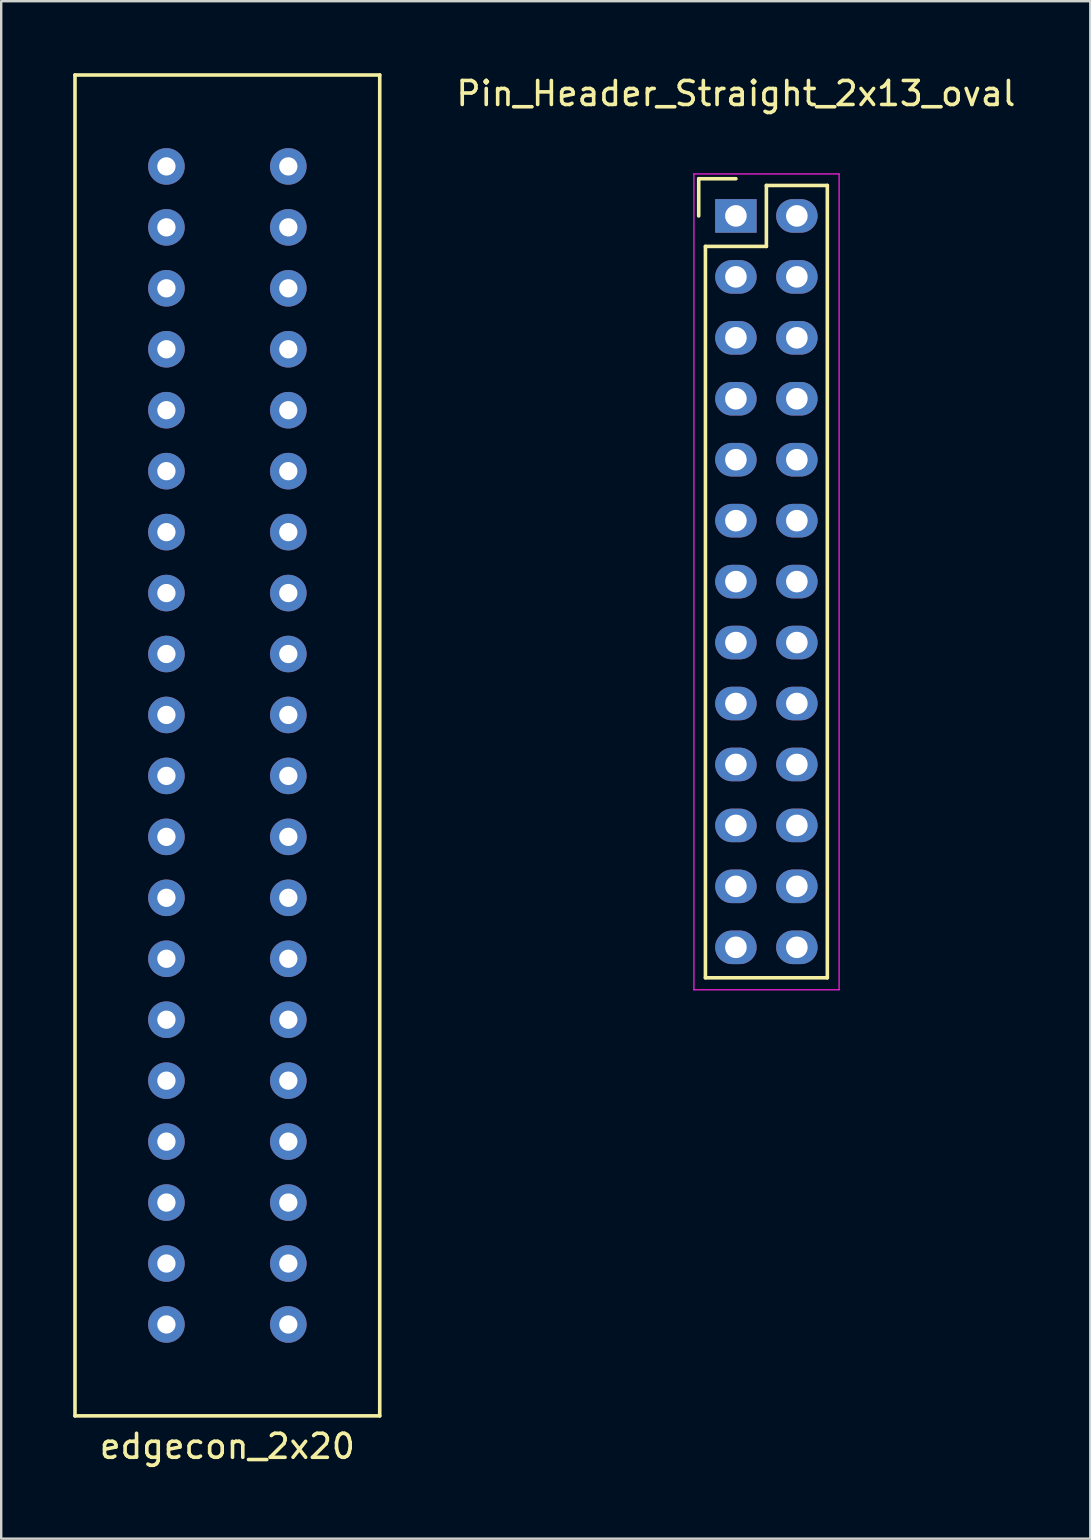
<source format=kicad_pcb>
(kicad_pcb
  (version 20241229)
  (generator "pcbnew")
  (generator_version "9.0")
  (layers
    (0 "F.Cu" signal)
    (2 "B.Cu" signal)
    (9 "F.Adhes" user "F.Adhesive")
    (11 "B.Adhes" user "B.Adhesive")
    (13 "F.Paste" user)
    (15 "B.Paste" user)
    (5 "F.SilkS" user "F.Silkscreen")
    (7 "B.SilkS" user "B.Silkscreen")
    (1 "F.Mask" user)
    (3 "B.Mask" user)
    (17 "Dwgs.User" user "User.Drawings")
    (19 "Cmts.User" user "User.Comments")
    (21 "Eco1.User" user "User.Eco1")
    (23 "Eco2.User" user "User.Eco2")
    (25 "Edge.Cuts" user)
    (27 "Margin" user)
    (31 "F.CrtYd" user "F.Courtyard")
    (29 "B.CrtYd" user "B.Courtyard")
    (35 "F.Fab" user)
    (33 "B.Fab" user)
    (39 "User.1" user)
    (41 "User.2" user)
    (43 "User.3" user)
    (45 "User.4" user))
  (footprint "Pin_Header_Straight_2x13_oval"
    (layer "F.Cu")
    (at 27.618 5.948)
    (property "Reference" "Pin_Header_Straight_2x13_oval" (at 0 -5.1 0) (layer "F.SilkS") (effects (font (size 1 1) (thickness 0.15))))
    (attr through_hole)
    (fp_line (start -1.55 -1.55) (end -1.55 0) (stroke (width 0.15) (type solid)) (layer "F.SilkS"))
    (fp_line (start -1.27 1.27) (end -1.27 31.75) (stroke (width 0.15) (type solid)) (layer "F.SilkS"))
    (fp_line (start 0 -1.55) (end -1.55 -1.55) (stroke (width 0.15) (type solid)) (layer "F.SilkS"))
    (fp_line (start 1.27 -1.27) (end 1.27 1.27) (stroke (width 0.15) (type solid)) (layer "F.SilkS"))
    (fp_line (start 1.27 1.27) (end -1.27 1.27) (stroke (width 0.15) (type solid)) (layer "F.SilkS"))
    (fp_line (start 3.81 -1.27) (end 1.27 -1.27) (stroke (width 0.15) (type solid)) (layer "F.SilkS"))
    (fp_line (start 3.81 -1.27) (end 3.81 31.75) (stroke (width 0.15) (type solid)) (layer "F.SilkS"))
    (fp_line (start 3.81 31.75) (end -1.27 31.75) (stroke (width 0.15) (type solid)) (layer "F.SilkS"))
    (fp_line (start -1.75 -1.75) (end -1.75 32.25) (stroke (width 0.05) (type solid)) (layer "F.CrtYd"))
    (fp_line (start -1.75 -1.75) (end 4.3 -1.75) (stroke (width 0.05) (type solid)) (layer "F.CrtYd"))
    (fp_line (start -1.75 32.25) (end 4.3 32.25) (stroke (width 0.05) (type solid)) (layer "F.CrtYd"))
    (fp_line (start 4.3 -1.75) (end 4.3 32.25) (stroke (width 0.05) (type solid)) (layer "F.CrtYd"))
    (pad "1" thru_hole rect (at 0 0) (size 1.727 1.4) (drill 0.9) (layers "*.Cu" "*.Mask"))
    (pad "2" thru_hole oval (at 2.54 0) (size 1.727 1.4) (drill 0.9) (layers "*.Cu" "*.Mask"))
    (pad "3" thru_hole oval (at 0 2.54) (size 1.727 1.4) (drill 0.9) (layers "*.Cu" "*.Mask"))
    (pad "4" thru_hole oval (at 2.54 2.54) (size 1.727 1.4) (drill 0.9) (layers "*.Cu" "*.Mask"))
    (pad "5" thru_hole oval (at 0 5.08) (size 1.727 1.4) (drill 0.9) (layers "*.Cu" "*.Mask"))
    (pad "6" thru_hole oval (at 2.54 5.08) (size 1.727 1.4) (drill 0.9) (layers "*.Cu" "*.Mask"))
    (pad "7" thru_hole oval (at 0 7.62) (size 1.727 1.4) (drill 0.9) (layers "*.Cu" "*.Mask"))
    (pad "8" thru_hole oval (at 2.54 7.62) (size 1.727 1.4) (drill 0.9) (layers "*.Cu" "*.Mask"))
    (pad "9" thru_hole oval (at 0 10.16) (size 1.727 1.4) (drill 0.9) (layers "*.Cu" "*.Mask"))
    (pad "10" thru_hole oval (at 2.54 10.16) (size 1.727 1.4) (drill 0.9) (layers "*.Cu" "*.Mask"))
    (pad "11" thru_hole oval (at 0 12.7) (size 1.727 1.4) (drill 0.9) (layers "*.Cu" "*.Mask"))
    (pad "12" thru_hole oval (at 2.54 12.7) (size 1.727 1.4) (drill 0.9) (layers "*.Cu" "*.Mask"))
    (pad "13" thru_hole oval (at 0 15.24) (size 1.727 1.4) (drill 0.9) (layers "*.Cu" "*.Mask"))
    (pad "14" thru_hole oval (at 2.54 15.24) (size 1.727 1.4) (drill 0.9) (layers "*.Cu" "*.Mask"))
    (pad "15" thru_hole oval (at 0 17.78) (size 1.727 1.4) (drill 0.9) (layers "*.Cu" "*.Mask"))
    (pad "16" thru_hole oval (at 2.54 17.78) (size 1.727 1.4) (drill 0.9) (layers "*.Cu" "*.Mask"))
    (pad "17" thru_hole oval (at 0 20.32) (size 1.727 1.4) (drill 0.9) (layers "*.Cu" "*.Mask"))
    (pad "18" thru_hole oval (at 2.54 20.32) (size 1.727 1.4) (drill 0.9) (layers "*.Cu" "*.Mask"))
    (pad "19" thru_hole oval (at 0 22.86) (size 1.727 1.4) (drill 0.9) (layers "*.Cu" "*.Mask"))
    (pad "20" thru_hole oval (at 2.54 22.86) (size 1.727 1.4) (drill 0.9) (layers "*.Cu" "*.Mask"))
    (pad "21" thru_hole oval (at 0 25.4) (size 1.727 1.4) (drill 0.9) (layers "*.Cu" "*.Mask"))
    (pad "22" thru_hole oval (at 2.54 25.4) (size 1.727 1.4) (drill 0.9) (layers "*.Cu" "*.Mask"))
    (pad "23" thru_hole oval (at 0 27.94) (size 1.727 1.4) (drill 0.9) (layers "*.Cu" "*.Mask"))
    (pad "24" thru_hole oval (at 2.54 27.94) (size 1.727 1.4) (drill 0.9) (layers "*.Cu" "*.Mask"))
    (pad "25" thru_hole oval (at 0 30.48) (size 1.727 1.4) (drill 0.9) (layers "*.Cu" "*.Mask"))
    (pad "26" thru_hole oval (at 2.54 30.48) (size 1.727 1.4) (drill 0.9) (layers "*.Cu" "*.Mask")))
  (footprint "edgecon_2x20"
    (layer "F.Cu")
    (at 6.425 28.015)
    (property "Reference" "edgecon_2x20" (at 0 29.21 0) (layer "F.SilkS") (effects (font (size 1 1) (thickness 0.15))))
    (attr through_hole)
    (fp_line (start -6.35 -27.94) (end 6.35 -27.94) (stroke (width 0.15) (type solid)) (layer "F.SilkS"))
    (fp_line (start -6.35 27.94) (end -6.35 -27.94) (stroke (width 0.15) (type solid)) (layer "F.SilkS"))
    (fp_line (start 6.35 -27.94) (end 6.35 27.94) (stroke (width 0.15) (type solid)) (layer "F.SilkS"))
    (fp_line (start 6.35 27.94) (end -6.35 27.94) (stroke (width 0.15) (type solid)) (layer "F.SilkS"))
    (pad "1" thru_hole circle (at -2.54 -24.13) (size 1.524 1.524) (drill 0.762) (layers "*.Cu" "*.Mask"))
    (pad "2" thru_hole circle (at 2.54 -24.13) (size 1.524 1.524) (drill 0.762) (layers "*.Cu" "*.Mask"))
    (pad "3" thru_hole circle (at -2.54 -21.59) (size 1.524 1.524) (drill 0.762) (layers "*.Cu" "*.Mask"))
    (pad "4" thru_hole circle (at 2.54 -21.59) (size 1.524 1.524) (drill 0.762) (layers "*.Cu" "*.Mask"))
    (pad "5" thru_hole circle (at -2.54 -19.05) (size 1.524 1.524) (drill 0.762) (layers "*.Cu" "*.Mask"))
    (pad "6" thru_hole circle (at 2.54 -19.05) (size 1.524 1.524) (drill 0.762) (layers "*.Cu" "*.Mask"))
    (pad "7" thru_hole circle (at -2.54 -16.51) (size 1.524 1.524) (drill 0.762) (layers "*.Cu" "*.Mask"))
    (pad "8" thru_hole circle (at 2.54 -16.51) (size 1.524 1.524) (drill 0.762) (layers "*.Cu" "*.Mask"))
    (pad "9" thru_hole circle (at -2.54 -13.97) (size 1.524 1.524) (drill 0.762) (layers "*.Cu" "*.Mask"))
    (pad "10" thru_hole circle (at 2.54 -13.97) (size 1.524 1.524) (drill 0.762) (layers "*.Cu" "*.Mask"))
    (pad "11" thru_hole circle (at -2.54 -11.43) (size 1.524 1.524) (drill 0.762) (layers "*.Cu" "*.Mask"))
    (pad "12" thru_hole circle (at 2.54 -11.43) (size 1.524 1.524) (drill 0.762) (layers "*.Cu" "*.Mask"))
    (pad "13" thru_hole circle (at -2.54 -8.89) (size 1.524 1.524) (drill 0.762) (layers "*.Cu" "*.Mask"))
    (pad "14" thru_hole circle (at 2.54 -8.89) (size 1.524 1.524) (drill 0.762) (layers "*.Cu" "*.Mask"))
    (pad "15" thru_hole circle (at -2.54 -6.35) (size 1.524 1.524) (drill 0.762) (layers "*.Cu" "*.Mask"))
    (pad "16" thru_hole circle (at 2.54 -6.35) (size 1.524 1.524) (drill 0.762) (layers "*.Cu" "*.Mask"))
    (pad "17" thru_hole circle (at -2.54 -3.81) (size 1.524 1.524) (drill 0.762) (layers "*.Cu" "*.Mask"))
    (pad "18" thru_hole circle (at 2.54 -3.81) (size 1.524 1.524) (drill 0.762) (layers "*.Cu" "*.Mask"))
    (pad "19" thru_hole circle (at -2.54 -1.27) (size 1.524 1.524) (drill 0.762) (layers "*.Cu" "*.Mask"))
    (pad "20" thru_hole circle (at 2.54 -1.27) (size 1.524 1.524) (drill 0.762) (layers "*.Cu" "*.Mask"))
    (pad "21" thru_hole circle (at -2.54 1.27) (size 1.524 1.524) (drill 0.762) (layers "*.Cu" "*.Mask"))
    (pad "22" thru_hole circle (at 2.54 1.27) (size 1.524 1.524) (drill 0.762) (layers "*.Cu" "*.Mask"))
    (pad "23" thru_hole circle (at -2.54 3.81) (size 1.524 1.524) (drill 0.762) (layers "*.Cu" "*.Mask"))
    (pad "24" thru_hole circle (at 2.54 3.81) (size 1.524 1.524) (drill 0.762) (layers "*.Cu" "*.Mask"))
    (pad "25" thru_hole circle (at -2.54 6.35) (size 1.524 1.524) (drill 0.762) (layers "*.Cu" "*.Mask"))
    (pad "26" thru_hole circle (at 2.54 6.35) (size 1.524 1.524) (drill 0.762) (layers "*.Cu" "*.Mask"))
    (pad "27" thru_hole circle (at -2.54 8.89) (size 1.524 1.524) (drill 0.762) (layers "*.Cu" "*.Mask"))
    (pad "28" thru_hole circle (at 2.54 8.89) (size 1.524 1.524) (drill 0.762) (layers "*.Cu" "*.Mask"))
    (pad "29" thru_hole circle (at -2.54 11.43) (size 1.524 1.524) (drill 0.762) (layers "*.Cu" "*.Mask"))
    (pad "30" thru_hole circle (at 2.54 11.43) (size 1.524 1.524) (drill 0.762) (layers "*.Cu" "*.Mask"))
    (pad "31" thru_hole circle (at -2.54 13.97) (size 1.524 1.524) (drill 0.762) (layers "*.Cu" "*.Mask"))
    (pad "32" thru_hole circle (at 2.54 13.97) (size 1.524 1.524) (drill 0.762) (layers "*.Cu" "*.Mask"))
    (pad "33" thru_hole circle (at -2.54 16.51) (size 1.524 1.524) (drill 0.762) (layers "*.Cu" "*.Mask"))
    (pad "34" thru_hole circle (at 2.54 16.51) (size 1.524 1.524) (drill 0.762) (layers "*.Cu" "*.Mask"))
    (pad "35" thru_hole circle (at -2.54 19.05) (size 1.524 1.524) (drill 0.762) (layers "*.Cu" "*.Mask"))
    (pad "36" thru_hole circle (at 2.54 19.05) (size 1.524 1.524) (drill 0.762) (layers "*.Cu" "*.Mask"))
    (pad "37" thru_hole circle (at -2.54 21.59) (size 1.524 1.524) (drill 0.762) (layers "*.Cu" "*.Mask"))
    (pad "38" thru_hole circle (at 2.54 21.59) (size 1.524 1.524) (drill 0.762) (layers "*.Cu" "*.Mask"))
    (pad "39" thru_hole circle (at -2.54 24.13) (size 1.524 1.524) (drill 0.762) (layers "*.Cu" "*.Mask"))
    (pad "40" thru_hole circle (at 2.54 24.13) (size 1.524 1.524) (drill 0.762) (layers "*.Cu" "*.Mask")))
  (gr_rect
    (start -3 -3)
    (end 42.386 61.073)
    (stroke (width 0.1) (type default))
    (fill no)
    (layer "Edge.Cuts")))
</source>
